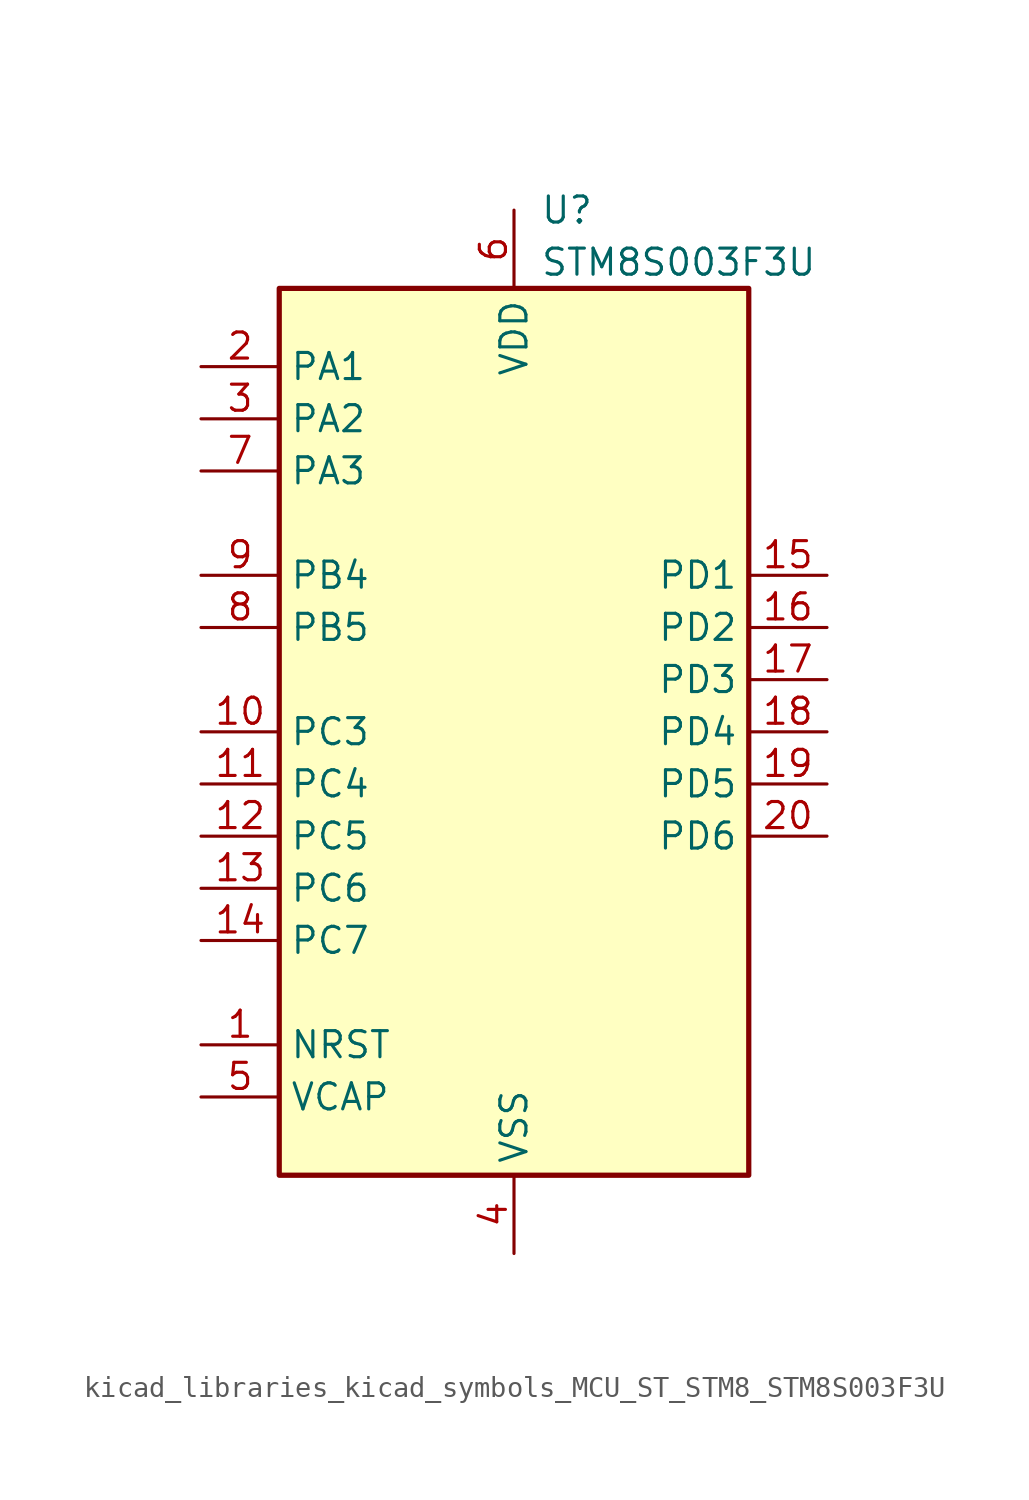
<source format=kicad_sym>
(kicad_symbol_lib
  (version 20220914)
  (generator kicad_symbol_editor)
  (symbol "kicad_libraries_kicad_symbols_MCU_ST_STM8_STM8S003F3U"
    (property "Reference" "U"
      (at 1.27 25.4 0)
      (effects (font (size 1.27 1.27)) (justify left)))
    (property "Value" "STM8S003F3U"
      (at 1.27 22.86 0)
      (effects (font (size 1.27 1.27)) (justify left)))
    (symbol "kicad_libraries_kicad_symbols_MCU_ST_STM8_STM8S003F3U_0_1"
      (rectangle (start -11.43 21.59) (end 11.43 -21.59) (stroke (width 0.254) (type default)) (fill (type background))))
    (symbol "kicad_libraries_kicad_symbols_MCU_ST_STM8_STM8S003F3U_1_1"
      (pin input line (at -15.24 -15.24 0) (length 3.81) (name "NRST" (effects (font (size 1.27 1.27)))) (number "1" (effects (font (size 1.27 1.27)))))
      (pin bidirectional line (at -15.24 0 0) (length 3.81) (name "PC3" (effects (font (size 1.27 1.27)))) (number "10" (effects (font (size 1.27 1.27)))))
      (pin bidirectional line (at -15.24 -2.54 0) (length 3.81) (name "PC4" (effects (font (size 1.27 1.27)))) (number "11" (effects (font (size 1.27 1.27)))))
      (pin bidirectional line (at -15.24 -5.08 0) (length 3.81) (name "PC5" (effects (font (size 1.27 1.27)))) (number "12" (effects (font (size 1.27 1.27)))))
      (pin bidirectional line (at -15.24 -7.62 0) (length 3.81) (name "PC6" (effects (font (size 1.27 1.27)))) (number "13" (effects (font (size 1.27 1.27)))))
      (pin bidirectional line (at -15.24 -10.16 0) (length 3.81) (name "PC7" (effects (font (size 1.27 1.27)))) (number "14" (effects (font (size 1.27 1.27)))))
      (pin bidirectional line (at 15.24 7.62 180) (length 3.81) (name "PD1" (effects (font (size 1.27 1.27)))) (number "15" (effects (font (size 1.27 1.27)))))
      (pin bidirectional line (at 15.24 5.08 180) (length 3.81) (name "PD2" (effects (font (size 1.27 1.27)))) (number "16" (effects (font (size 1.27 1.27)))))
      (pin bidirectional line (at 15.24 2.54 180) (length 3.81) (name "PD3" (effects (font (size 1.27 1.27)))) (number "17" (effects (font (size 1.27 1.27)))))
      (pin bidirectional line (at 15.24 0 180) (length 3.81) (name "PD4" (effects (font (size 1.27 1.27)))) (number "18" (effects (font (size 1.27 1.27)))))
      (pin bidirectional line (at 15.24 -2.54 180) (length 3.81) (name "PD5" (effects (font (size 1.27 1.27)))) (number "19" (effects (font (size 1.27 1.27)))))
      (pin bidirectional line (at -15.24 17.78 0) (length 3.81) (name "PA1" (effects (font (size 1.27 1.27)))) (number "2" (effects (font (size 1.27 1.27)))))
      (pin bidirectional line (at 15.24 -5.08 180) (length 3.81) (name "PD6" (effects (font (size 1.27 1.27)))) (number "20" (effects (font (size 1.27 1.27)))))
      (pin bidirectional line (at -15.24 15.24 0) (length 3.81) (name "PA2" (effects (font (size 1.27 1.27)))) (number "3" (effects (font (size 1.27 1.27)))))
      (pin power_in line (at 0 -25.4 90) (length 3.81) (name "VSS" (effects (font (size 1.27 1.27)))) (number "4" (effects (font (size 1.27 1.27)))))
      (pin passive line (at -15.24 -17.78 0) (length 3.81) (name "VCAP" (effects (font (size 1.27 1.27)))) (number "5" (effects (font (size 1.27 1.27)))))
      (pin power_in line (at 0 25.4 270) (length 3.81) (name "VDD" (effects (font (size 1.27 1.27)))) (number "6" (effects (font (size 1.27 1.27)))))
      (pin bidirectional line (at -15.24 12.7 0) (length 3.81) (name "PA3" (effects (font (size 1.27 1.27)))) (number "7" (effects (font (size 1.27 1.27)))))
      (pin bidirectional line (at -15.24 5.08 0) (length 3.81) (name "PB5" (effects (font (size 1.27 1.27)))) (number "8" (effects (font (size 1.27 1.27)))))
      (pin bidirectional line (at -15.24 7.62 0) (length 3.81) (name "PB4" (effects (font (size 1.27 1.27)))) (number "9" (effects (font (size 1.27 1.27))))))))
</source>
